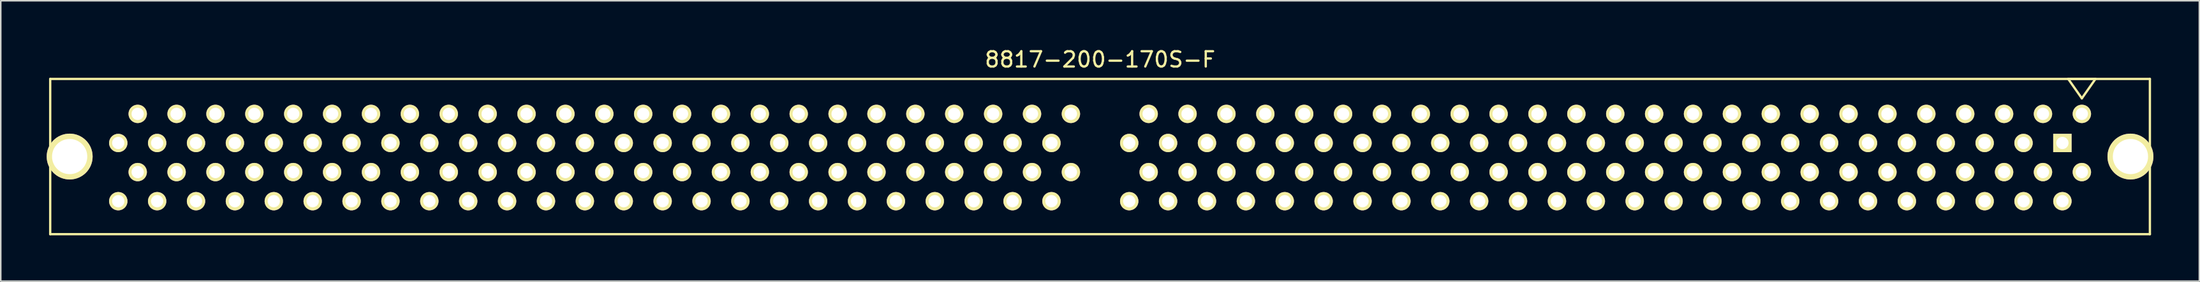
<source format=kicad_pcb>
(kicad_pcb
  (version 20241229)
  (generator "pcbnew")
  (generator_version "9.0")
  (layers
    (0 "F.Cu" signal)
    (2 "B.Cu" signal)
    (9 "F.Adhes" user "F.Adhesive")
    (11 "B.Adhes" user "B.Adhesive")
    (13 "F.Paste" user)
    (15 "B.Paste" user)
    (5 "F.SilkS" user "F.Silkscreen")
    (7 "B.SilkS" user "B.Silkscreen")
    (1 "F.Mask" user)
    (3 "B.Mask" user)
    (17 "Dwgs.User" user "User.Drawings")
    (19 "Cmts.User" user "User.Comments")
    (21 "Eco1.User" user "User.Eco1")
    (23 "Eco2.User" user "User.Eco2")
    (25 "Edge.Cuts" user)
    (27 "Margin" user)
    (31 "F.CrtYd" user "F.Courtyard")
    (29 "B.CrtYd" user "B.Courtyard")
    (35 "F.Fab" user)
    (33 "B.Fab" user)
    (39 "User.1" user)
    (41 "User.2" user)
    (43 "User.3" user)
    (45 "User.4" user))
  (footprint "8817-200-170S-F"
    (layer "F.Cu")
    (at 68.81 7.198)
    (property "Reference" "8817-200-170S-F" (at 0 -6.35 0) (layer "F.SilkS") (effects (font (size 1 1) (thickness 0.15))))
    (attr through_hole)
    (fp_line (start -68.58 -5.08) (end 68.58 -5.08) (stroke (width 0.15) (type solid)) (layer "F.SilkS"))
    (fp_line (start -68.58 5.08) (end -68.58 -5.08) (stroke (width 0.15) (type solid)) (layer "F.SilkS"))
    (fp_line (start 63.246 -5.08) (end 65.024 -5.08) (stroke (width 0.15) (type solid)) (layer "F.SilkS"))
    (fp_line (start 64.135 -3.81) (end 63.246 -5.08) (stroke (width 0.15) (type solid)) (layer "F.SilkS"))
    (fp_line (start 65.024 -5.08) (end 64.135 -3.81) (stroke (width 0.15) (type solid)) (layer "F.SilkS"))
    (fp_line (start 68.58 -5.08) (end 68.58 5.08) (stroke (width 0.15) (type solid)) (layer "F.SilkS"))
    (fp_line (start 68.58 5.08) (end -68.58 5.08) (stroke (width 0.15) (type solid)) (layer "F.SilkS"))
    (pad "" thru_hole circle (at -67.31 0) (size 3 3) (drill 2.3) (layers "*.Cu" "*.Mask" "F.SilkS"))
    (pad "" thru_hole circle (at 67.31 0) (size 3 3) (drill 2.3) (layers "*.Cu" "*.Mask" "F.SilkS"))
    (pad "1" thru_hole rect (at 62.865 -0.889) (size 1.2 1.2) (drill 0.8) (layers "*.Cu" "*.Mask" "F.SilkS"))
    (pad "2" thru_hole circle (at 64.135 -2.794) (size 1.2 1.2) (drill 0.8) (layers "*.Cu" "*.Mask" "F.SilkS"))
    (pad "3" thru_hole circle (at 62.865 2.921) (size 1.2 1.2) (drill 0.8) (layers "*.Cu" "*.Mask" "F.SilkS"))
    (pad "4" thru_hole circle (at 64.135 1.016) (size 1.2 1.2) (drill 0.8) (layers "*.Cu" "*.Mask" "F.SilkS"))
    (pad "5" thru_hole circle (at 60.325 -0.889) (size 1.2 1.2) (drill 0.8) (layers "*.Cu" "*.Mask" "F.SilkS"))
    (pad "6" thru_hole circle (at 61.595 -2.794) (size 1.2 1.2) (drill 0.8) (layers "*.Cu" "*.Mask" "F.SilkS"))
    (pad "7" thru_hole circle (at 60.325 2.921) (size 1.2 1.2) (drill 0.8) (layers "*.Cu" "*.Mask" "F.SilkS"))
    (pad "8" thru_hole circle (at 61.595 1.016) (size 1.2 1.2) (drill 0.8) (layers "*.Cu" "*.Mask" "F.SilkS"))
    (pad "9" thru_hole circle (at 57.785 -0.889) (size 1.2 1.2) (drill 0.8) (layers "*.Cu" "*.Mask" "F.SilkS"))
    (pad "10" thru_hole circle (at 59.055 -2.794) (size 1.2 1.2) (drill 0.8) (layers "*.Cu" "*.Mask" "F.SilkS"))
    (pad "11" thru_hole circle (at 57.785 2.921) (size 1.2 1.2) (drill 0.8) (layers "*.Cu" "*.Mask" "F.SilkS"))
    (pad "12" thru_hole circle (at 59.055 1.016) (size 1.2 1.2) (drill 0.8) (layers "*.Cu" "*.Mask" "F.SilkS"))
    (pad "13" thru_hole circle (at 55.245 -0.889) (size 1.2 1.2) (drill 0.8) (layers "*.Cu" "*.Mask" "F.SilkS"))
    (pad "14" thru_hole circle (at 56.515 -2.794) (size 1.2 1.2) (drill 0.8) (layers "*.Cu" "*.Mask" "F.SilkS"))
    (pad "15" thru_hole circle (at 55.245 2.921) (size 1.2 1.2) (drill 0.8) (layers "*.Cu" "*.Mask" "F.SilkS"))
    (pad "16" thru_hole circle (at 56.515 1.016) (size 1.2 1.2) (drill 0.8) (layers "*.Cu" "*.Mask" "F.SilkS"))
    (pad "17" thru_hole circle (at 52.705 -0.889) (size 1.2 1.2) (drill 0.8) (layers "*.Cu" "*.Mask" "F.SilkS"))
    (pad "18" thru_hole circle (at 53.975 -2.794) (size 1.2 1.2) (drill 0.8) (layers "*.Cu" "*.Mask" "F.SilkS"))
    (pad "19" thru_hole circle (at 52.705 2.921) (size 1.2 1.2) (drill 0.8) (layers "*.Cu" "*.Mask" "F.SilkS"))
    (pad "20" thru_hole circle (at 53.975 1.016) (size 1.2 1.2) (drill 0.8) (layers "*.Cu" "*.Mask" "F.SilkS"))
    (pad "21" thru_hole circle (at 50.165 -0.889) (size 1.2 1.2) (drill 0.8) (layers "*.Cu" "*.Mask" "F.SilkS"))
    (pad "22" thru_hole circle (at 51.435 -2.794) (size 1.2 1.2) (drill 0.8) (layers "*.Cu" "*.Mask" "F.SilkS"))
    (pad "23" thru_hole circle (at 50.165 2.921) (size 1.2 1.2) (drill 0.8) (layers "*.Cu" "*.Mask" "F.SilkS"))
    (pad "24" thru_hole circle (at 51.435 1.016) (size 1.2 1.2) (drill 0.8) (layers "*.Cu" "*.Mask" "F.SilkS"))
    (pad "25" thru_hole circle (at 47.625 -0.889) (size 1.2 1.2) (drill 0.8) (layers "*.Cu" "*.Mask" "F.SilkS"))
    (pad "26" thru_hole circle (at 48.895 -2.794) (size 1.2 1.2) (drill 0.8) (layers "*.Cu" "*.Mask" "F.SilkS"))
    (pad "27" thru_hole circle (at 47.625 2.921) (size 1.2 1.2) (drill 0.8) (layers "*.Cu" "*.Mask" "F.SilkS"))
    (pad "28" thru_hole circle (at 48.895 1.016) (size 1.2 1.2) (drill 0.8) (layers "*.Cu" "*.Mask" "F.SilkS"))
    (pad "29" thru_hole circle (at 45.085 -0.889) (size 1.2 1.2) (drill 0.8) (layers "*.Cu" "*.Mask" "F.SilkS"))
    (pad "30" thru_hole circle (at 46.355 -2.794) (size 1.2 1.2) (drill 0.8) (layers "*.Cu" "*.Mask" "F.SilkS"))
    (pad "31" thru_hole circle (at 45.085 2.921) (size 1.2 1.2) (drill 0.8) (layers "*.Cu" "*.Mask" "F.SilkS"))
    (pad "32" thru_hole circle (at 46.355 1.016) (size 1.2 1.2) (drill 0.8) (layers "*.Cu" "*.Mask" "F.SilkS"))
    (pad "33" thru_hole circle (at 42.545 -0.889) (size 1.2 1.2) (drill 0.8) (layers "*.Cu" "*.Mask" "F.SilkS"))
    (pad "34" thru_hole circle (at 43.815 -2.794) (size 1.2 1.2) (drill 0.8) (layers "*.Cu" "*.Mask" "F.SilkS"))
    (pad "35" thru_hole circle (at 42.545 2.921) (size 1.2 1.2) (drill 0.8) (layers "*.Cu" "*.Mask" "F.SilkS"))
    (pad "36" thru_hole circle (at 43.815 1.016) (size 1.2 1.2) (drill 0.8) (layers "*.Cu" "*.Mask" "F.SilkS"))
    (pad "37" thru_hole circle (at 40.005 -0.889) (size 1.2 1.2) (drill 0.8) (layers "*.Cu" "*.Mask" "F.SilkS"))
    (pad "38" thru_hole circle (at 41.275 -2.794) (size 1.2 1.2) (drill 0.8) (layers "*.Cu" "*.Mask" "F.SilkS"))
    (pad "39" thru_hole circle (at 40.005 2.921) (size 1.2 1.2) (drill 0.8) (layers "*.Cu" "*.Mask" "F.SilkS"))
    (pad "40" thru_hole circle (at 41.275 1.016) (size 1.2 1.2) (drill 0.8) (layers "*.Cu" "*.Mask" "F.SilkS"))
    (pad "41" thru_hole circle (at 37.465 -0.889) (size 1.2 1.2) (drill 0.8) (layers "*.Cu" "*.Mask" "F.SilkS"))
    (pad "42" thru_hole circle (at 38.735 -2.794) (size 1.2 1.2) (drill 0.8) (layers "*.Cu" "*.Mask" "F.SilkS"))
    (pad "43" thru_hole circle (at 37.465 2.921) (size 1.2 1.2) (drill 0.8) (layers "*.Cu" "*.Mask" "F.SilkS"))
    (pad "44" thru_hole circle (at 38.735 1.016) (size 1.2 1.2) (drill 0.8) (layers "*.Cu" "*.Mask" "F.SilkS"))
    (pad "45" thru_hole circle (at 34.925 -0.889) (size 1.2 1.2) (drill 0.8) (layers "*.Cu" "*.Mask" "F.SilkS"))
    (pad "46" thru_hole circle (at 36.195 -2.794) (size 1.2 1.2) (drill 0.8) (layers "*.Cu" "*.Mask" "F.SilkS"))
    (pad "47" thru_hole circle (at 34.925 2.921) (size 1.2 1.2) (drill 0.8) (layers "*.Cu" "*.Mask" "F.SilkS"))
    (pad "48" thru_hole circle (at 36.195 1.016) (size 1.2 1.2) (drill 0.8) (layers "*.Cu" "*.Mask" "F.SilkS"))
    (pad "49" thru_hole circle (at 32.385 -0.889) (size 1.2 1.2) (drill 0.8) (layers "*.Cu" "*.Mask" "F.SilkS"))
    (pad "50" thru_hole circle (at 33.655 -2.794) (size 1.2 1.2) (drill 0.8) (layers "*.Cu" "*.Mask" "F.SilkS"))
    (pad "51" thru_hole circle (at 32.385 2.921) (size 1.2 1.2) (drill 0.8) (layers "*.Cu" "*.Mask" "F.SilkS"))
    (pad "52" thru_hole circle (at 33.655 1.016) (size 1.2 1.2) (drill 0.8) (layers "*.Cu" "*.Mask" "F.SilkS"))
    (pad "53" thru_hole circle (at 29.845 -0.889) (size 1.2 1.2) (drill 0.8) (layers "*.Cu" "*.Mask" "F.SilkS"))
    (pad "54" thru_hole circle (at 31.115 -2.794) (size 1.2 1.2) (drill 0.8) (layers "*.Cu" "*.Mask" "F.SilkS"))
    (pad "55" thru_hole circle (at 29.845 2.921) (size 1.2 1.2) (drill 0.8) (layers "*.Cu" "*.Mask" "F.SilkS"))
    (pad "56" thru_hole circle (at 31.115 1.016) (size 1.2 1.2) (drill 0.8) (layers "*.Cu" "*.Mask" "F.SilkS"))
    (pad "57" thru_hole circle (at 27.305 -0.889) (size 1.2 1.2) (drill 0.8) (layers "*.Cu" "*.Mask" "F.SilkS"))
    (pad "58" thru_hole circle (at 28.575 -2.794) (size 1.2 1.2) (drill 0.8) (layers "*.Cu" "*.Mask" "F.SilkS"))
    (pad "59" thru_hole circle (at 27.305 2.921) (size 1.2 1.2) (drill 0.8) (layers "*.Cu" "*.Mask" "F.SilkS"))
    (pad "60" thru_hole circle (at 28.575 1.016) (size 1.2 1.2) (drill 0.8) (layers "*.Cu" "*.Mask" "F.SilkS"))
    (pad "61" thru_hole circle (at 24.765 -0.889) (size 1.2 1.2) (drill 0.8) (layers "*.Cu" "*.Mask" "F.SilkS"))
    (pad "62" thru_hole circle (at 26.035 -2.794) (size 1.2 1.2) (drill 0.8) (layers "*.Cu" "*.Mask" "F.SilkS"))
    (pad "63" thru_hole circle (at 24.765 2.921) (size 1.2 1.2) (drill 0.8) (layers "*.Cu" "*.Mask" "F.SilkS"))
    (pad "64" thru_hole circle (at 26.035 1.016) (size 1.2 1.2) (drill 0.8) (layers "*.Cu" "*.Mask" "F.SilkS"))
    (pad "65" thru_hole circle (at 22.225 -0.889) (size 1.2 1.2) (drill 0.8) (layers "*.Cu" "*.Mask" "F.SilkS"))
    (pad "66" thru_hole circle (at 23.495 -2.794) (size 1.2 1.2) (drill 0.8) (layers "*.Cu" "*.Mask" "F.SilkS"))
    (pad "67" thru_hole circle (at 22.225 2.921) (size 1.2 1.2) (drill 0.8) (layers "*.Cu" "*.Mask" "F.SilkS"))
    (pad "68" thru_hole circle (at 23.495 1.016) (size 1.2 1.2) (drill 0.8) (layers "*.Cu" "*.Mask" "F.SilkS"))
    (pad "69" thru_hole circle (at 19.685 -0.889) (size 1.2 1.2) (drill 0.8) (layers "*.Cu" "*.Mask" "F.SilkS"))
    (pad "70" thru_hole circle (at 20.955 -2.794) (size 1.2 1.2) (drill 0.8) (layers "*.Cu" "*.Mask" "F.SilkS"))
    (pad "71" thru_hole circle (at 19.685 2.921) (size 1.2 1.2) (drill 0.8) (layers "*.Cu" "*.Mask" "F.SilkS"))
    (pad "72" thru_hole circle (at 20.955 1.016) (size 1.2 1.2) (drill 0.8) (layers "*.Cu" "*.Mask" "F.SilkS"))
    (pad "73" thru_hole circle (at 17.145 -0.889) (size 1.2 1.2) (drill 0.8) (layers "*.Cu" "*.Mask" "F.SilkS"))
    (pad "74" thru_hole circle (at 18.415 -2.794) (size 1.2 1.2) (drill 0.8) (layers "*.Cu" "*.Mask" "F.SilkS"))
    (pad "75" thru_hole circle (at 17.145 2.921) (size 1.2 1.2) (drill 0.8) (layers "*.Cu" "*.Mask" "F.SilkS"))
    (pad "76" thru_hole circle (at 18.415 1.016) (size 1.2 1.2) (drill 0.8) (layers "*.Cu" "*.Mask" "F.SilkS"))
    (pad "77" thru_hole circle (at 14.605 -0.889) (size 1.2 1.2) (drill 0.8) (layers "*.Cu" "*.Mask" "F.SilkS"))
    (pad "78" thru_hole circle (at 15.875 -2.794) (size 1.2 1.2) (drill 0.8) (layers "*.Cu" "*.Mask" "F.SilkS"))
    (pad "79" thru_hole circle (at 14.605 2.921) (size 1.2 1.2) (drill 0.8) (layers "*.Cu" "*.Mask" "F.SilkS"))
    (pad "80" thru_hole circle (at 15.875 1.016) (size 1.2 1.2) (drill 0.8) (layers "*.Cu" "*.Mask" "F.SilkS"))
    (pad "81" thru_hole circle (at 12.065 -0.889) (size 1.2 1.2) (drill 0.8) (layers "*.Cu" "*.Mask" "F.SilkS"))
    (pad "82" thru_hole circle (at 13.335 -2.794) (size 1.2 1.2) (drill 0.8) (layers "*.Cu" "*.Mask" "F.SilkS"))
    (pad "83" thru_hole circle (at 12.065 2.921) (size 1.2 1.2) (drill 0.8) (layers "*.Cu" "*.Mask" "F.SilkS"))
    (pad "84" thru_hole circle (at 13.335 1.016) (size 1.2 1.2) (drill 0.8) (layers "*.Cu" "*.Mask" "F.SilkS"))
    (pad "85" thru_hole circle (at 9.525 -0.889) (size 1.2 1.2) (drill 0.8) (layers "*.Cu" "*.Mask" "F.SilkS"))
    (pad "86" thru_hole circle (at 10.795 -2.794) (size 1.2 1.2) (drill 0.8) (layers "*.Cu" "*.Mask" "F.SilkS"))
    (pad "87" thru_hole circle (at 9.525 2.921) (size 1.2 1.2) (drill 0.8) (layers "*.Cu" "*.Mask" "F.SilkS"))
    (pad "88" thru_hole circle (at 10.795 1.016) (size 1.2 1.2) (drill 0.8) (layers "*.Cu" "*.Mask" "F.SilkS"))
    (pad "89" thru_hole circle (at 6.985 -0.889) (size 1.2 1.2) (drill 0.8) (layers "*.Cu" "*.Mask" "F.SilkS"))
    (pad "90" thru_hole circle (at 8.255 -2.794) (size 1.2 1.2) (drill 0.8) (layers "*.Cu" "*.Mask" "F.SilkS"))
    (pad "91" thru_hole circle (at 6.985 2.921) (size 1.2 1.2) (drill 0.8) (layers "*.Cu" "*.Mask" "F.SilkS"))
    (pad "92" thru_hole circle (at 8.255 1.016) (size 1.2 1.2) (drill 0.8) (layers "*.Cu" "*.Mask" "F.SilkS"))
    (pad "93" thru_hole circle (at 4.445 -0.889) (size 1.2 1.2) (drill 0.8) (layers "*.Cu" "*.Mask" "F.SilkS"))
    (pad "94" thru_hole circle (at 5.715 -2.794) (size 1.2 1.2) (drill 0.8) (layers "*.Cu" "*.Mask" "F.SilkS"))
    (pad "95" thru_hole circle (at 4.445 2.921) (size 1.2 1.2) (drill 0.8) (layers "*.Cu" "*.Mask" "F.SilkS"))
    (pad "96" thru_hole circle (at 5.715 1.016) (size 1.2 1.2) (drill 0.8) (layers "*.Cu" "*.Mask" "F.SilkS"))
    (pad "97" thru_hole circle (at 1.905 -0.889) (size 1.2 1.2) (drill 0.8) (layers "*.Cu" "*.Mask" "F.SilkS"))
    (pad "98" thru_hole circle (at 3.175 -2.794) (size 1.2 1.2) (drill 0.8) (layers "*.Cu" "*.Mask" "F.SilkS"))
    (pad "99" thru_hole circle (at 1.905 2.921) (size 1.2 1.2) (drill 0.8) (layers "*.Cu" "*.Mask" "F.SilkS"))
    (pad "100" thru_hole circle (at 3.175 1.016) (size 1.2 1.2) (drill 0.8) (layers "*.Cu" "*.Mask" "F.SilkS"))
    (pad "101" thru_hole circle (at -3.175 -0.889) (size 1.2 1.2) (drill 0.8) (layers "*.Cu" "*.Mask" "F.SilkS"))
    (pad "102" thru_hole circle (at -1.905 -2.794) (size 1.2 1.2) (drill 0.8) (layers "*.Cu" "*.Mask" "F.SilkS"))
    (pad "103" thru_hole circle (at -3.175 2.921) (size 1.2 1.2) (drill 0.8) (layers "*.Cu" "*.Mask" "F.SilkS"))
    (pad "104" thru_hole circle (at -1.905 1.016) (size 1.2 1.2) (drill 0.8) (layers "*.Cu" "*.Mask" "F.SilkS"))
    (pad "105" thru_hole circle (at -5.715 -0.889) (size 1.2 1.2) (drill 0.8) (layers "*.Cu" "*.Mask" "F.SilkS"))
    (pad "106" thru_hole circle (at -4.445 -2.794) (size 1.2 1.2) (drill 0.8) (layers "*.Cu" "*.Mask" "F.SilkS"))
    (pad "107" thru_hole circle (at -5.715 2.921) (size 1.2 1.2) (drill 0.8) (layers "*.Cu" "*.Mask" "F.SilkS"))
    (pad "108" thru_hole circle (at -4.445 1.016) (size 1.2 1.2) (drill 0.8) (layers "*.Cu" "*.Mask" "F.SilkS"))
    (pad "109" thru_hole circle (at -8.255 -0.889) (size 1.2 1.2) (drill 0.8) (layers "*.Cu" "*.Mask" "F.SilkS"))
    (pad "110" thru_hole circle (at -6.985 -2.794) (size 1.2 1.2) (drill 0.8) (layers "*.Cu" "*.Mask" "F.SilkS"))
    (pad "111" thru_hole circle (at -8.255 2.921) (size 1.2 1.2) (drill 0.8) (layers "*.Cu" "*.Mask" "F.SilkS"))
    (pad "112" thru_hole circle (at -6.985 1.016) (size 1.2 1.2) (drill 0.8) (layers "*.Cu" "*.Mask" "F.SilkS"))
    (pad "113" thru_hole circle (at -10.795 -0.889) (size 1.2 1.2) (drill 0.8) (layers "*.Cu" "*.Mask" "F.SilkS"))
    (pad "114" thru_hole circle (at -9.525 -2.794) (size 1.2 1.2) (drill 0.8) (layers "*.Cu" "*.Mask" "F.SilkS"))
    (pad "115" thru_hole circle (at -10.795 2.921) (size 1.2 1.2) (drill 0.8) (layers "*.Cu" "*.Mask" "F.SilkS"))
    (pad "116" thru_hole circle (at -9.525 1.016) (size 1.2 1.2) (drill 0.8) (layers "*.Cu" "*.Mask" "F.SilkS"))
    (pad "117" thru_hole circle (at -13.335 -0.889) (size 1.2 1.2) (drill 0.8) (layers "*.Cu" "*.Mask" "F.SilkS"))
    (pad "118" thru_hole circle (at -12.065 -2.794) (size 1.2 1.2) (drill 0.8) (layers "*.Cu" "*.Mask" "F.SilkS"))
    (pad "119" thru_hole circle (at -13.335 2.921) (size 1.2 1.2) (drill 0.8) (layers "*.Cu" "*.Mask" "F.SilkS"))
    (pad "120" thru_hole circle (at -12.065 1.016) (size 1.2 1.2) (drill 0.8) (layers "*.Cu" "*.Mask" "F.SilkS"))
    (pad "121" thru_hole circle (at -15.875 -0.889) (size 1.2 1.2) (drill 0.8) (layers "*.Cu" "*.Mask" "F.SilkS"))
    (pad "122" thru_hole circle (at -14.605 -2.794) (size 1.2 1.2) (drill 0.8) (layers "*.Cu" "*.Mask" "F.SilkS"))
    (pad "123" thru_hole circle (at -15.875 2.921) (size 1.2 1.2) (drill 0.8) (layers "*.Cu" "*.Mask" "F.SilkS"))
    (pad "124" thru_hole circle (at -14.605 1.016) (size 1.2 1.2) (drill 0.8) (layers "*.Cu" "*.Mask" "F.SilkS"))
    (pad "125" thru_hole circle (at -18.415 -0.889) (size 1.2 1.2) (drill 0.8) (layers "*.Cu" "*.Mask" "F.SilkS"))
    (pad "126" thru_hole circle (at -17.145 -2.794) (size 1.2 1.2) (drill 0.8) (layers "*.Cu" "*.Mask" "F.SilkS"))
    (pad "127" thru_hole circle (at -18.415 2.921) (size 1.2 1.2) (drill 0.8) (layers "*.Cu" "*.Mask" "F.SilkS"))
    (pad "128" thru_hole circle (at -17.145 1.016) (size 1.2 1.2) (drill 0.8) (layers "*.Cu" "*.Mask" "F.SilkS"))
    (pad "129" thru_hole circle (at -20.955 -0.889) (size 1.2 1.2) (drill 0.8) (layers "*.Cu" "*.Mask" "F.SilkS"))
    (pad "130" thru_hole circle (at -19.685 -2.794) (size 1.2 1.2) (drill 0.8) (layers "*.Cu" "*.Mask" "F.SilkS"))
    (pad "131" thru_hole circle (at -20.955 2.921) (size 1.2 1.2) (drill 0.8) (layers "*.Cu" "*.Mask" "F.SilkS"))
    (pad "132" thru_hole circle (at -19.685 1.016) (size 1.2 1.2) (drill 0.8) (layers "*.Cu" "*.Mask" "F.SilkS"))
    (pad "133" thru_hole circle (at -23.495 -0.889) (size 1.2 1.2) (drill 0.8) (layers "*.Cu" "*.Mask" "F.SilkS"))
    (pad "134" thru_hole circle (at -22.225 -2.794) (size 1.2 1.2) (drill 0.8) (layers "*.Cu" "*.Mask" "F.SilkS"))
    (pad "135" thru_hole circle (at -23.495 2.921) (size 1.2 1.2) (drill 0.8) (layers "*.Cu" "*.Mask" "F.SilkS"))
    (pad "136" thru_hole circle (at -22.225 1.016) (size 1.2 1.2) (drill 0.8) (layers "*.Cu" "*.Mask" "F.SilkS"))
    (pad "137" thru_hole circle (at -26.035 -0.889) (size 1.2 1.2) (drill 0.8) (layers "*.Cu" "*.Mask" "F.SilkS"))
    (pad "138" thru_hole circle (at -24.765 -2.794) (size 1.2 1.2) (drill 0.8) (layers "*.Cu" "*.Mask" "F.SilkS"))
    (pad "139" thru_hole circle (at -26.035 2.921) (size 1.2 1.2) (drill 0.8) (layers "*.Cu" "*.Mask" "F.SilkS"))
    (pad "140" thru_hole circle (at -24.765 1.016) (size 1.2 1.2) (drill 0.8) (layers "*.Cu" "*.Mask" "F.SilkS"))
    (pad "141" thru_hole circle (at -28.575 -0.889) (size 1.2 1.2) (drill 0.8) (layers "*.Cu" "*.Mask" "F.SilkS"))
    (pad "142" thru_hole circle (at -27.305 -2.794) (size 1.2 1.2) (drill 0.8) (layers "*.Cu" "*.Mask" "F.SilkS"))
    (pad "143" thru_hole circle (at -28.575 2.921) (size 1.2 1.2) (drill 0.8) (layers "*.Cu" "*.Mask" "F.SilkS"))
    (pad "144" thru_hole circle (at -27.305 1.016) (size 1.2 1.2) (drill 0.8) (layers "*.Cu" "*.Mask" "F.SilkS"))
    (pad "145" thru_hole circle (at -31.115 -0.889) (size 1.2 1.2) (drill 0.8) (layers "*.Cu" "*.Mask" "F.SilkS"))
    (pad "146" thru_hole circle (at -29.845 -2.794) (size 1.2 1.2) (drill 0.8) (layers "*.Cu" "*.Mask" "F.SilkS"))
    (pad "147" thru_hole circle (at -31.115 2.921) (size 1.2 1.2) (drill 0.8) (layers "*.Cu" "*.Mask" "F.SilkS"))
    (pad "148" thru_hole circle (at -29.845 1.016) (size 1.2 1.2) (drill 0.8) (layers "*.Cu" "*.Mask" "F.SilkS"))
    (pad "149" thru_hole circle (at -33.655 -0.889) (size 1.2 1.2) (drill 0.8) (layers "*.Cu" "*.Mask" "F.SilkS"))
    (pad "150" thru_hole circle (at -32.385 -2.794) (size 1.2 1.2) (drill 0.8) (layers "*.Cu" "*.Mask" "F.SilkS"))
    (pad "151" thru_hole circle (at -33.655 2.921) (size 1.2 1.2) (drill 0.8) (layers "*.Cu" "*.Mask" "F.SilkS"))
    (pad "152" thru_hole circle (at -32.385 1.016) (size 1.2 1.2) (drill 0.8) (layers "*.Cu" "*.Mask" "F.SilkS"))
    (pad "153" thru_hole circle (at -36.195 -0.889) (size 1.2 1.2) (drill 0.8) (layers "*.Cu" "*.Mask" "F.SilkS"))
    (pad "154" thru_hole circle (at -34.925 -2.794) (size 1.2 1.2) (drill 0.8) (layers "*.Cu" "*.Mask" "F.SilkS"))
    (pad "155" thru_hole circle (at -36.195 2.921) (size 1.2 1.2) (drill 0.8) (layers "*.Cu" "*.Mask" "F.SilkS"))
    (pad "156" thru_hole circle (at -34.925 1.016) (size 1.2 1.2) (drill 0.8) (layers "*.Cu" "*.Mask" "F.SilkS"))
    (pad "157" thru_hole circle (at -38.735 -0.889) (size 1.2 1.2) (drill 0.8) (layers "*.Cu" "*.Mask" "F.SilkS"))
    (pad "158" thru_hole circle (at -37.465 -2.794) (size 1.2 1.2) (drill 0.8) (layers "*.Cu" "*.Mask" "F.SilkS"))
    (pad "159" thru_hole circle (at -38.735 2.921) (size 1.2 1.2) (drill 0.8) (layers "*.Cu" "*.Mask" "F.SilkS"))
    (pad "160" thru_hole circle (at -37.465 1.016) (size 1.2 1.2) (drill 0.8) (layers "*.Cu" "*.Mask" "F.SilkS"))
    (pad "161" thru_hole circle (at -41.275 -0.889) (size 1.2 1.2) (drill 0.8) (layers "*.Cu" "*.Mask" "F.SilkS"))
    (pad "162" thru_hole circle (at -40.005 -2.794) (size 1.2 1.2) (drill 0.8) (layers "*.Cu" "*.Mask" "F.SilkS"))
    (pad "163" thru_hole circle (at -41.275 2.921) (size 1.2 1.2) (drill 0.8) (layers "*.Cu" "*.Mask" "F.SilkS"))
    (pad "164" thru_hole circle (at -40.005 1.016) (size 1.2 1.2) (drill 0.8) (layers "*.Cu" "*.Mask" "F.SilkS"))
    (pad "165" thru_hole circle (at -43.815 -0.889) (size 1.2 1.2) (drill 0.8) (layers "*.Cu" "*.Mask" "F.SilkS"))
    (pad "166" thru_hole circle (at -42.545 -2.794) (size 1.2 1.2) (drill 0.8) (layers "*.Cu" "*.Mask" "F.SilkS"))
    (pad "167" thru_hole circle (at -43.815 2.921) (size 1.2 1.2) (drill 0.8) (layers "*.Cu" "*.Mask" "F.SilkS"))
    (pad "168" thru_hole circle (at -42.545 1.016) (size 1.2 1.2) (drill 0.8) (layers "*.Cu" "*.Mask" "F.SilkS"))
    (pad "169" thru_hole circle (at -46.355 -0.889) (size 1.2 1.2) (drill 0.8) (layers "*.Cu" "*.Mask" "F.SilkS"))
    (pad "170" thru_hole circle (at -45.085 -2.794) (size 1.2 1.2) (drill 0.8) (layers "*.Cu" "*.Mask" "F.SilkS"))
    (pad "171" thru_hole circle (at -46.355 2.921) (size 1.2 1.2) (drill 0.8) (layers "*.Cu" "*.Mask" "F.SilkS"))
    (pad "172" thru_hole circle (at -45.085 1.016) (size 1.2 1.2) (drill 0.8) (layers "*.Cu" "*.Mask" "F.SilkS"))
    (pad "173" thru_hole circle (at -48.895 -0.889) (size 1.2 1.2) (drill 0.8) (layers "*.Cu" "*.Mask" "F.SilkS"))
    (pad "174" thru_hole circle (at -47.625 -2.794) (size 1.2 1.2) (drill 0.8) (layers "*.Cu" "*.Mask" "F.SilkS"))
    (pad "175" thru_hole circle (at -48.895 2.921) (size 1.2 1.2) (drill 0.8) (layers "*.Cu" "*.Mask" "F.SilkS"))
    (pad "176" thru_hole circle (at -47.625 1.016) (size 1.2 1.2) (drill 0.8) (layers "*.Cu" "*.Mask" "F.SilkS"))
    (pad "177" thru_hole circle (at -51.435 -0.889) (size 1.2 1.2) (drill 0.8) (layers "*.Cu" "*.Mask" "F.SilkS"))
    (pad "178" thru_hole circle (at -50.165 -2.794) (size 1.2 1.2) (drill 0.8) (layers "*.Cu" "*.Mask" "F.SilkS"))
    (pad "179" thru_hole circle (at -51.435 2.921) (size 1.2 1.2) (drill 0.8) (layers "*.Cu" "*.Mask" "F.SilkS"))
    (pad "180" thru_hole circle (at -50.165 1.016) (size 1.2 1.2) (drill 0.8) (layers "*.Cu" "*.Mask" "F.SilkS"))
    (pad "181" thru_hole circle (at -53.975 -0.889) (size 1.2 1.2) (drill 0.8) (layers "*.Cu" "*.Mask" "F.SilkS"))
    (pad "182" thru_hole circle (at -52.705 -2.794) (size 1.2 1.2) (drill 0.8) (layers "*.Cu" "*.Mask" "F.SilkS"))
    (pad "183" thru_hole circle (at -53.975 2.921) (size 1.2 1.2) (drill 0.8) (layers "*.Cu" "*.Mask" "F.SilkS"))
    (pad "184" thru_hole circle (at -52.705 1.016) (size 1.2 1.2) (drill 0.8) (layers "*.Cu" "*.Mask" "F.SilkS"))
    (pad "185" thru_hole circle (at -56.515 -0.889) (size 1.2 1.2) (drill 0.8) (layers "*.Cu" "*.Mask" "F.SilkS"))
    (pad "186" thru_hole circle (at -55.245 -2.794) (size 1.2 1.2) (drill 0.8) (layers "*.Cu" "*.Mask" "F.SilkS"))
    (pad "187" thru_hole circle (at -56.515 2.921) (size 1.2 1.2) (drill 0.8) (layers "*.Cu" "*.Mask" "F.SilkS"))
    (pad "188" thru_hole circle (at -55.245 1.016) (size 1.2 1.2) (drill 0.8) (layers "*.Cu" "*.Mask" "F.SilkS"))
    (pad "189" thru_hole circle (at -59.055 -0.889) (size 1.2 1.2) (drill 0.8) (layers "*.Cu" "*.Mask" "F.SilkS"))
    (pad "190" thru_hole circle (at -57.785 -2.794) (size 1.2 1.2) (drill 0.8) (layers "*.Cu" "*.Mask" "F.SilkS"))
    (pad "191" thru_hole circle (at -59.055 2.921) (size 1.2 1.2) (drill 0.8) (layers "*.Cu" "*.Mask" "F.SilkS"))
    (pad "192" thru_hole circle (at -57.785 1.016) (size 1.2 1.2) (drill 0.8) (layers "*.Cu" "*.Mask" "F.SilkS"))
    (pad "193" thru_hole circle (at -61.595 -0.889) (size 1.2 1.2) (drill 0.8) (layers "*.Cu" "*.Mask" "F.SilkS"))
    (pad "194" thru_hole circle (at -60.325 -2.794) (size 1.2 1.2) (drill 0.8) (layers "*.Cu" "*.Mask" "F.SilkS"))
    (pad "195" thru_hole circle (at -61.595 2.921) (size 1.2 1.2) (drill 0.8) (layers "*.Cu" "*.Mask" "F.SilkS"))
    (pad "196" thru_hole circle (at -60.325 1.016) (size 1.2 1.2) (drill 0.8) (layers "*.Cu" "*.Mask" "F.SilkS"))
    (pad "197" thru_hole circle (at -64.135 -0.889) (size 1.2 1.2) (drill 0.8) (layers "*.Cu" "*.Mask" "F.SilkS"))
    (pad "198" thru_hole circle (at -62.865 -2.794) (size 1.2 1.2) (drill 0.8) (layers "*.Cu" "*.Mask" "F.SilkS"))
    (pad "199" thru_hole circle (at -64.135 2.921) (size 1.2 1.2) (drill 0.8) (layers "*.Cu" "*.Mask" "F.SilkS"))
    (pad "200" thru_hole circle (at -62.865 1.016) (size 1.2 1.2) (drill 0.8) (layers "*.Cu" "*.Mask" "F.SilkS")))
  (gr_rect
    (start -3 -3)
    (end 140.62 15.353)
    (stroke (width 0.1) (type default))
    (fill no)
    (layer "Edge.Cuts")))
</source>
